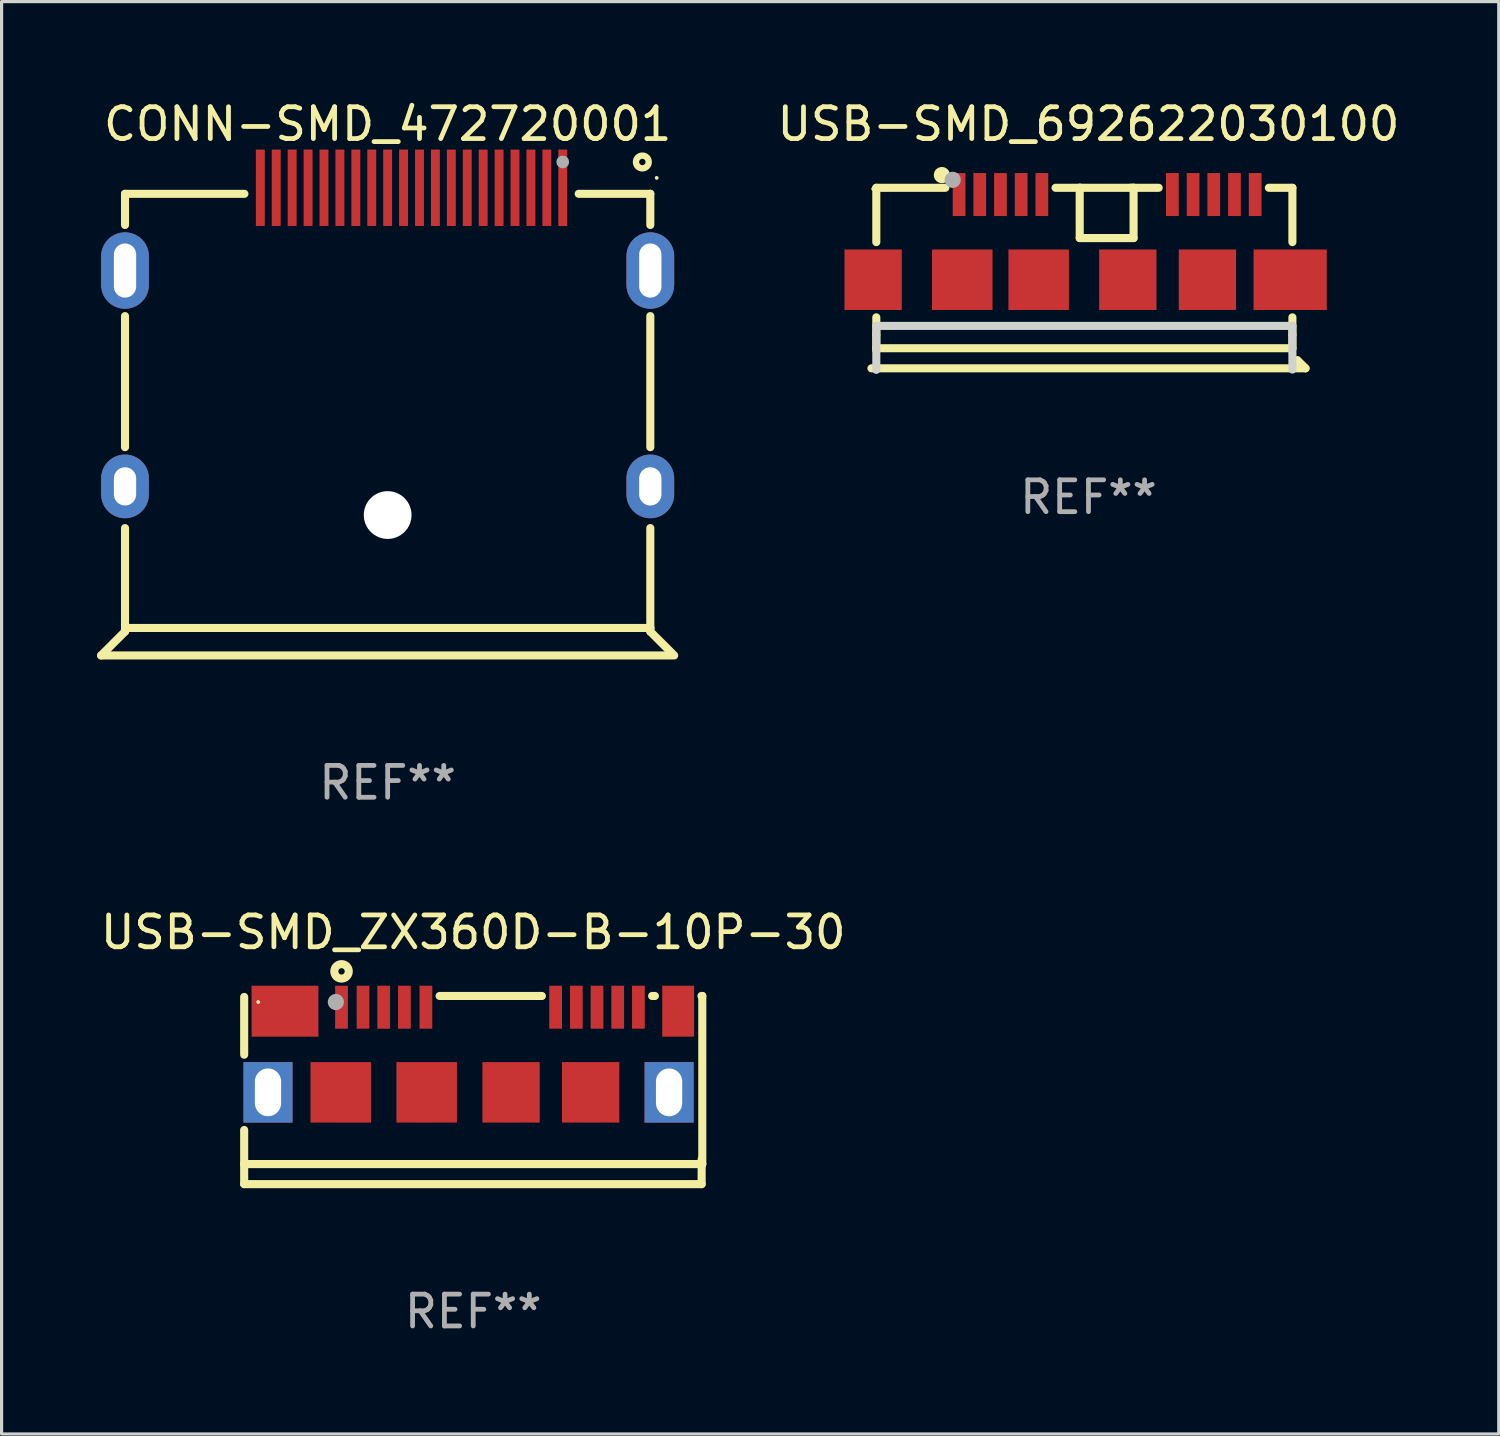
<source format=kicad_pcb>
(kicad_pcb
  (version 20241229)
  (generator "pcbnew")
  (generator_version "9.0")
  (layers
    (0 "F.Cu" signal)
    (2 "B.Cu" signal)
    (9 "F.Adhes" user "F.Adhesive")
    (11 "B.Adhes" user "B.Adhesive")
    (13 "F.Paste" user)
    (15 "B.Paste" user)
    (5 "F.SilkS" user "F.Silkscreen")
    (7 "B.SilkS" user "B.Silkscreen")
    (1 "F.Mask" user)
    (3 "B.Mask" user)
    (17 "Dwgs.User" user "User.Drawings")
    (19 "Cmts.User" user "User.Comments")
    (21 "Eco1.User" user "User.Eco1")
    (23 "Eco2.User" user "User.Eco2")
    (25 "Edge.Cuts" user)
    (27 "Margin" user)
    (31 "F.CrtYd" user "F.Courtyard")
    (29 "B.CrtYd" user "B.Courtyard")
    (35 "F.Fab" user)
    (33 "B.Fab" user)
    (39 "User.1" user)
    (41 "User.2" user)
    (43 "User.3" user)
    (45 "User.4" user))
  (footprint "CONN-SMD_472720001"
    (layer "F.Cu")
    (at 9.127 7.538)
    (property "Reference" "CONN-SMD_472720001" (at 0 -6.69 0) (layer "F.SilkS") (effects (font (size 1 1) (thickness 0.15))))
    (attr through_hole)
    (fp_line (start -9 10) (end 8.922 10) (stroke (width 0.254) (type solid)) (layer "F.SilkS"))
    (fp_line (start -8.25 -3.521) (end -8.25 -4.5) (stroke (width 0.254) (type solid)) (layer "F.SilkS"))
    (fp_line (start -8.25 3.459) (end -8.25 -0.659) (stroke (width 0.254) (type solid)) (layer "F.SilkS"))
    (fp_line (start -8.25 9.138) (end -8.25 6) (stroke (width 0.254) (type solid)) (layer "F.SilkS"))
    (fp_line (start -8.25 9.138) (end -8.25 9.25) (stroke (width 0.254) (type solid)) (layer "F.SilkS"))
    (fp_line (start -8.25 9.138) (end 8.25 9.138) (stroke (width 0.254) (type solid)) (layer "F.SilkS"))
    (fp_line (start -8.25 9.25) (end -9 10) (stroke (width 0.254) (type solid)) (layer "F.SilkS"))
    (fp_line (start -4.5 -4.5) (end -8.25 -4.5) (stroke (width 0.254) (type solid)) (layer "F.SilkS"))
    (fp_line (start 8.25 -4.5) (end 6 -4.5) (stroke (width 0.254) (type solid)) (layer "F.SilkS"))
    (fp_line (start 8.25 -3.521) (end 8.25 -4.5) (stroke (width 0.254) (type solid)) (layer "F.SilkS"))
    (fp_line (start 8.25 3.459) (end 8.25 -0.659) (stroke (width 0.254) (type solid)) (layer "F.SilkS"))
    (fp_line (start 8.25 9.138) (end 8.25 6) (stroke (width 0.254) (type solid)) (layer "F.SilkS"))
    (fp_line (start 8.25 9.138) (end 8.25 9.25) (stroke (width 0.254) (type solid)) (layer "F.SilkS"))
    (fp_line (start 8.25 9.25) (end 9 10) (stroke (width 0.254) (type solid)) (layer "F.SilkS"))
    (fp_circle (center 8 -5.5) (end 8.2 -5.5) (stroke (width 0.2) (type solid)) (fill no) (layer "F.SilkS"))
    (fp_circle (center 8.45 -5) (end 8.48 -5) (stroke (width 0.06) (type solid)) (fill no) (layer "F.SilkS"))
    (fp_circle (center -0.000127 5.59) (end 0.3 5.59) (stroke (width 0.6) (type solid)) (fill no) (layer "F.Fab"))
    (fp_circle (center 5.5 -5.5) (end 5.6 -5.5) (stroke (width 0.2) (type solid)) (fill no) (layer "F.Fab"))
    (fp_text user "REF**" (at 0 14 0) (layer "F.Fab") (effects (font (size 1 1) (thickness 0.15))))
    (pad "" np_thru_hole circle (at -0.000127 5.59) (size 1.5 1.5) (drill 1.5) (layers "*.Cu" "*.Mask"))
    (pad "1" smd rect (at 5.5 -4.69) (size 0.28 2.4) (layers "F.Cu" "F.Mask" "F.Paste"))
    (pad "2" smd rect (at 5 -4.69) (size 0.28 2.4) (layers "F.Cu" "F.Mask" "F.Paste"))
    (pad "3" smd rect (at 4.5 -4.69) (size 0.28 2.4) (layers "F.Cu" "F.Mask" "F.Paste"))
    (pad "4" smd rect (at 4 -4.69) (size 0.28 2.4) (layers "F.Cu" "F.Mask" "F.Paste"))
    (pad "5" smd rect (at 3.5 -4.69) (size 0.28 2.4) (layers "F.Cu" "F.Mask" "F.Paste"))
    (pad "6" smd rect (at 3 -4.69) (size 0.28 2.4) (layers "F.Cu" "F.Mask" "F.Paste"))
    (pad "7" smd rect (at 2.5 -4.69) (size 0.28 2.4) (layers "F.Cu" "F.Mask" "F.Paste"))
    (pad "8" smd rect (at 2 -4.69) (size 0.28 2.4) (layers "F.Cu" "F.Mask" "F.Paste"))
    (pad "9" smd rect (at 1.5 -4.69) (size 0.28 2.4) (layers "F.Cu" "F.Mask" "F.Paste"))
    (pad "10" smd rect (at 1 -4.69) (size 0.28 2.4) (layers "F.Cu" "F.Mask" "F.Paste"))
    (pad "11" smd rect (at 0.5 -4.69) (size 0.28 2.4) (layers "F.Cu" "F.Mask" "F.Paste"))
    (pad "12" smd rect (at -0.000127 -4.69) (size 0.28 2.4) (layers "F.Cu" "F.Mask" "F.Paste"))
    (pad "13" smd rect (at -0.5 -4.69) (size 0.28 2.4) (layers "F.Cu" "F.Mask" "F.Paste"))
    (pad "14" smd rect (at -1 -4.69) (size 0.28 2.4) (layers "F.Cu" "F.Mask" "F.Paste"))
    (pad "15" smd rect (at -1.5 -4.69) (size 0.28 2.4) (layers "F.Cu" "F.Mask" "F.Paste"))
    (pad "16" smd rect (at -2 -4.69) (size 0.28 2.4) (layers "F.Cu" "F.Mask" "F.Paste"))
    (pad "17" smd rect (at -2.5 -4.69) (size 0.28 2.4) (layers "F.Cu" "F.Mask" "F.Paste"))
    (pad "18" smd rect (at -3 -4.69) (size 0.28 2.4) (layers "F.Cu" "F.Mask" "F.Paste"))
    (pad "19" smd rect (at -3.5 -4.69) (size 0.28 2.4) (layers "F.Cu" "F.Mask" "F.Paste"))
    (pad "20" smd rect (at -4 -4.69) (size 0.28 2.4) (layers "F.Cu" "F.Mask" "F.Paste"))
    (pad "21" thru_hole oval (at 8.25 -2.09) (size 1.5 2.4) (drill oval 0.7 1.7) (layers "*.Cu" "*.Mask"))
    (pad "22" thru_hole oval (at -8.25 -2.09) (size 1.5 2.4) (drill oval 0.7 1.7) (layers "*.Cu" "*.Mask"))
    (pad "23" thru_hole oval (at -8.25 4.69) (size 1.5 2) (drill oval 0.7 1.2) (layers "*.Cu" "*.Mask"))
    (pad "24" thru_hole oval (at 8.25 4.69) (size 1.5 2) (drill oval 0.7 1.2) (layers "*.Cu" "*.Mask")))
  (footprint "USB-SMD_ZX360D-B-10P-30"
    (layer "F.Cu")
    (at 11.81 29.925)
    (property "Reference" "USB-SMD_ZX360D-B-10P-30" (at 0.005 -3.69 0) (layer "F.SilkS") (effects (font (size 1 1) (thickness 0.15))))
    (attr through_hole)
    (fp_line (start -7.19 0.156) (end -7.19 -1.66) (stroke (width 0.254) (type solid)) (layer "F.SilkS"))
    (fp_line (start -7.19 3.59) (end -7.19 2.519) (stroke (width 0.254) (type solid)) (layer "F.SilkS"))
    (fp_line (start -7.19 3.59) (end -7.19 4.22) (stroke (width 0.254) (type solid)) (layer "F.SilkS"))
    (fp_line (start -7.19 4.22) (end 7.18 4.22) (stroke (width 0.254) (type solid)) (layer "F.SilkS"))
    (fp_line (start -1.051 -1.69) (end 2.161 -1.69) (stroke (width 0.254) (type solid)) (layer "F.SilkS"))
    (fp_line (start 5.624 -1.69) (end 5.711 -1.69) (stroke (width 0.254) (type solid)) (layer "F.SilkS"))
    (fp_line (start 7.174 -1.69) (end 7.2 -1.69) (stroke (width 0.254) (type solid)) (layer "F.SilkS"))
    (fp_line (start 7.18 4.22) (end 7.18 3.442) (stroke (width 0.254) (type solid)) (layer "F.SilkS"))
    (fp_line (start 7.2 -1.69) (end 7.2 3.59) (stroke (width 0.254) (type solid)) (layer "F.SilkS"))
    (fp_line (start 7.2 3.59) (end -7.19 3.59) (stroke (width 0.254) (type solid)) (layer "F.SilkS"))
    (fp_circle (center -6.75 -1.5) (end -6.72 -1.5) (stroke (width 0.06) (type solid)) (fill no) (layer "F.SilkS"))
    (fp_circle (center -4.132 -2.463) (end -4.032 -2.463) (stroke (width 0.254) (type solid)) (fill no) (layer "F.SilkS"))
    (fp_circle (center -4.31 -1.5) (end -4.183 -1.5) (stroke (width 0.254) (type solid)) (fill no) (layer "F.Fab"))
    (fp_text user "REF**" (at 0.005 8.22 0) (layer "F.Fab") (effects (font (size 1 1) (thickness 0.15))))
    (pad "0" thru_hole rect (at -6.442 1.337) (size 1.54 1.9) (drill oval 0.825 1.5) (layers "*.Cu" "*.Mask"))
    (pad "0" smd rect (at -5.908 -1.212) (size 2.1 1.6) (layers "F.Cu" "F.Mask" "F.Paste"))
    (pad "0" smd rect (at -4.157 1.337) (size 1.9 1.9) (layers "F.Cu" "F.Mask" "F.Paste"))
    (pad "0" smd rect (at -1.457 1.337) (size 1.9 1.9) (layers "F.Cu" "F.Mask" "F.Paste"))
    (pad "0" smd rect (at 1.193 1.337) (size 1.8 1.9) (layers "F.Cu" "F.Mask" "F.Paste"))
    (pad "0" smd rect (at 3.693 1.337) (size 1.8 1.9) (layers "F.Cu" "F.Mask" "F.Paste"))
    (pad "0" thru_hole rect (at 6.157 1.337) (size 1.54 1.9) (drill oval 0.825 1.5) (layers "*.Cu" "*.Mask"))
    (pad "0" smd rect (at 6.442 -1.212) (size 1 1.6) (layers "F.Cu" "F.Mask" "F.Paste"))
    (pad "1" smd rect (at -4.132 -1.337) (size 0.4 1.35) (layers "F.Cu" "F.Mask" "F.Paste"))
    (pad "2" smd rect (at -3.457 -1.337) (size 0.4 1.35) (layers "F.Cu" "F.Mask" "F.Paste"))
    (pad "3" smd rect (at -2.807 -1.337) (size 0.4 1.35) (layers "F.Cu" "F.Mask" "F.Paste"))
    (pad "4" smd rect (at -2.157 -1.337) (size 0.4 1.35) (layers "F.Cu" "F.Mask" "F.Paste"))
    (pad "5" smd rect (at -1.482 -1.337) (size 0.4 1.35) (layers "F.Cu" "F.Mask" "F.Paste"))
    (pad "6" smd rect (at 2.593 -1.337) (size 0.4 1.35) (layers "F.Cu" "F.Mask" "F.Paste"))
    (pad "7" smd rect (at 3.243 -1.337) (size 0.4 1.35) (layers "F.Cu" "F.Mask" "F.Paste"))
    (pad "8" smd rect (at 3.893 -1.337) (size 0.4 1.35) (layers "F.Cu" "F.Mask" "F.Paste"))
    (pad "9" smd rect (at 4.543 -1.337) (size 0.4 1.35) (layers "F.Cu" "F.Mask" "F.Paste"))
    (pad "10" smd rect (at 5.193 -1.337) (size 0.4 1.35) (layers "F.Cu" "F.Mask" "F.Paste")))
  (footprint "USB-SMD_692622030100"
    (layer "F.Cu")
    (at 30.926 4.399)
    (property "Reference" "USB-SMD_692622030100" (at 0.215 -3.551 0) (layer "F.SilkS") (effects (font (size 1 1) (thickness 0.15))))
    (attr smd)
    (fp_line (start -6.603 4.12) (end 7.032 4.12) (stroke (width 0.254) (type solid)) (layer "F.SilkS"))
    (fp_line (start -6.45 -1.55) (end -6.45 0.156) (stroke (width 0.254) (type solid)) (layer "F.SilkS"))
    (fp_line (start -6.45 -1.55) (end -4.281 -1.55) (stroke (width 0.254) (type solid)) (layer "F.SilkS"))
    (fp_line (start -6.45 2.519) (end -6.45 3.07) (stroke (width 0.254) (type solid)) (layer "F.SilkS"))
    (fp_line (start -6.45 3.07) (end -6.45 3.49) (stroke (width 0.254) (type solid)) (layer "F.SilkS"))
    (fp_line (start -6.45 3.49) (end -6.45 3.556) (stroke (width 0.254) (type solid)) (layer "F.SilkS"))
    (fp_line (start -6.45 3.49) (end 6.62 3.49) (stroke (width 0.254) (type solid)) (layer "F.SilkS"))
    (fp_line (start -0.819 -1.55) (end 2.419 -1.55) (stroke (width 0.254) (type solid)) (layer "F.SilkS"))
    (fp_line (start -0.061 -1.551) (end -0.061 0.029) (stroke (width 0.254) (type solid)) (layer "F.SilkS"))
    (fp_line (start -0.061 0.029) (end 1.631 0.029) (stroke (width 0.254) (type solid)) (layer "F.SilkS"))
    (fp_line (start -0.038 -1.551) (end -0.061 -1.551) (stroke (width 0.254) (type solid)) (layer "F.SilkS"))
    (fp_line (start 1.631 -1.551) (end 1.539 -1.551) (stroke (width 0.254) (type solid)) (layer "F.SilkS"))
    (fp_line (start 1.631 0.029) (end 1.631 -1.551) (stroke (width 0.254) (type solid)) (layer "F.SilkS"))
    (fp_line (start 5.881 -1.55) (end 6.62 -1.55) (stroke (width 0.254) (type solid)) (layer "F.SilkS"))
    (fp_line (start 6.62 -1.55) (end 6.62 0.156) (stroke (width 0.254) (type solid)) (layer "F.SilkS"))
    (fp_line (start 6.62 2.519) (end 6.62 3.07) (stroke (width 0.254) (type solid)) (layer "F.SilkS"))
    (fp_line (start 6.62 3.07) (end 6.62 3.49) (stroke (width 0.254) (type solid)) (layer "F.SilkS"))
    (fp_line (start 6.774 3.861) (end 7.032 4.12) (stroke (width 0.254) (type solid)) (layer "F.SilkS"))
    (fp_circle (center -6.55 -1.513) (end -6.52 -1.513) (stroke (width 0.06) (type solid)) (fill no) (layer "F.SilkS"))
    (fp_circle (center -4.39 -1.95) (end -4.263 -1.95) (stroke (width 0.254) (type solid)) (fill no) (layer "F.SilkS"))
    (fp_line (start -6.45 2.788) (end -6.45 4.168) (stroke (width 0.254) (type solid)) (layer "Edge.Cuts"))
    (fp_line (start -6.45 2.788) (end 6.62 2.788) (stroke (width 0.254) (type solid)) (layer "Edge.Cuts"))
    (fp_line (start 6.62 2.788) (end 6.62 4.158) (stroke (width 0.254) (type solid)) (layer "Edge.Cuts"))
    (fp_circle (center -4.05 -1.8) (end -3.923 -1.8) (stroke (width 0.254) (type solid)) (fill no) (layer "F.Fab"))
    (fp_text user "REF**" (at 0.215 8.168 0) (layer "F.Fab") (effects (font (size 1 1) (thickness 0.15))))
    (pad "1" smd rect (at -3.85 -1.338) (size 0.4 1.35) (layers "F.Cu" "F.Mask" "F.Paste"))
    (pad "2" smd rect (at -3.2 -1.338 180) (size 0.4 1.35) (layers "F.Cu" "F.Mask" "F.Paste"))
    (pad "3" smd rect (at -2.55 -1.338) (size 0.4 1.35) (layers "F.Cu" "F.Mask" "F.Paste"))
    (pad "4" smd rect (at -1.9 -1.338) (size 0.4 1.35) (layers "F.Cu" "F.Mask" "F.Paste"))
    (pad "5" smd rect (at -1.25 -1.338) (size 0.4 1.35) (layers "F.Cu" "F.Mask" "F.Paste"))
    (pad "6" smd rect (at 2.85 -1.338) (size 0.4 1.35) (layers "F.Cu" "F.Mask" "F.Paste"))
    (pad "7" smd rect (at 3.5 -1.338 180) (size 0.4 1.35) (layers "F.Cu" "F.Mask" "F.Paste"))
    (pad "8" smd rect (at 4.15 -1.338) (size 0.4 1.35) (layers "F.Cu" "F.Mask" "F.Paste"))
    (pad "9" smd rect (at 4.8 -1.338) (size 0.4 1.35) (layers "F.Cu" "F.Mask" "F.Paste"))
    (pad "10" smd rect (at 5.45 -1.338) (size 0.4 1.35) (layers "F.Cu" "F.Mask" "F.Paste"))
    (pad "11" smd rect (at -6.55 1.338) (size 1.8 1.9) (layers "F.Cu" "F.Mask" "F.Paste"))
    (pad "12" smd rect (at -3.75 1.338) (size 1.9 1.9) (layers "F.Cu" "F.Mask" "F.Paste"))
    (pad "13" smd rect (at -1.35 1.338) (size 1.9 1.9) (layers "F.Cu" "F.Mask" "F.Paste"))
    (pad "14" smd rect (at 1.45 1.338 180) (size 1.8 1.9) (layers "F.Cu" "F.Mask" "F.Paste"))
    (pad "15" smd rect (at 3.95 1.338) (size 1.8 1.9) (layers "F.Cu" "F.Mask" "F.Paste"))
    (pad "16" smd rect (at 6.55 1.338) (size 2.3 1.9) (layers "F.Cu" "F.Mask" "F.Paste")))
  (gr_rect
    (start -3 -3)
    (end 44.028 41.993)
    (stroke (width 0.1) (type default))
    (fill no)
    (layer "Edge.Cuts")))
</source>
